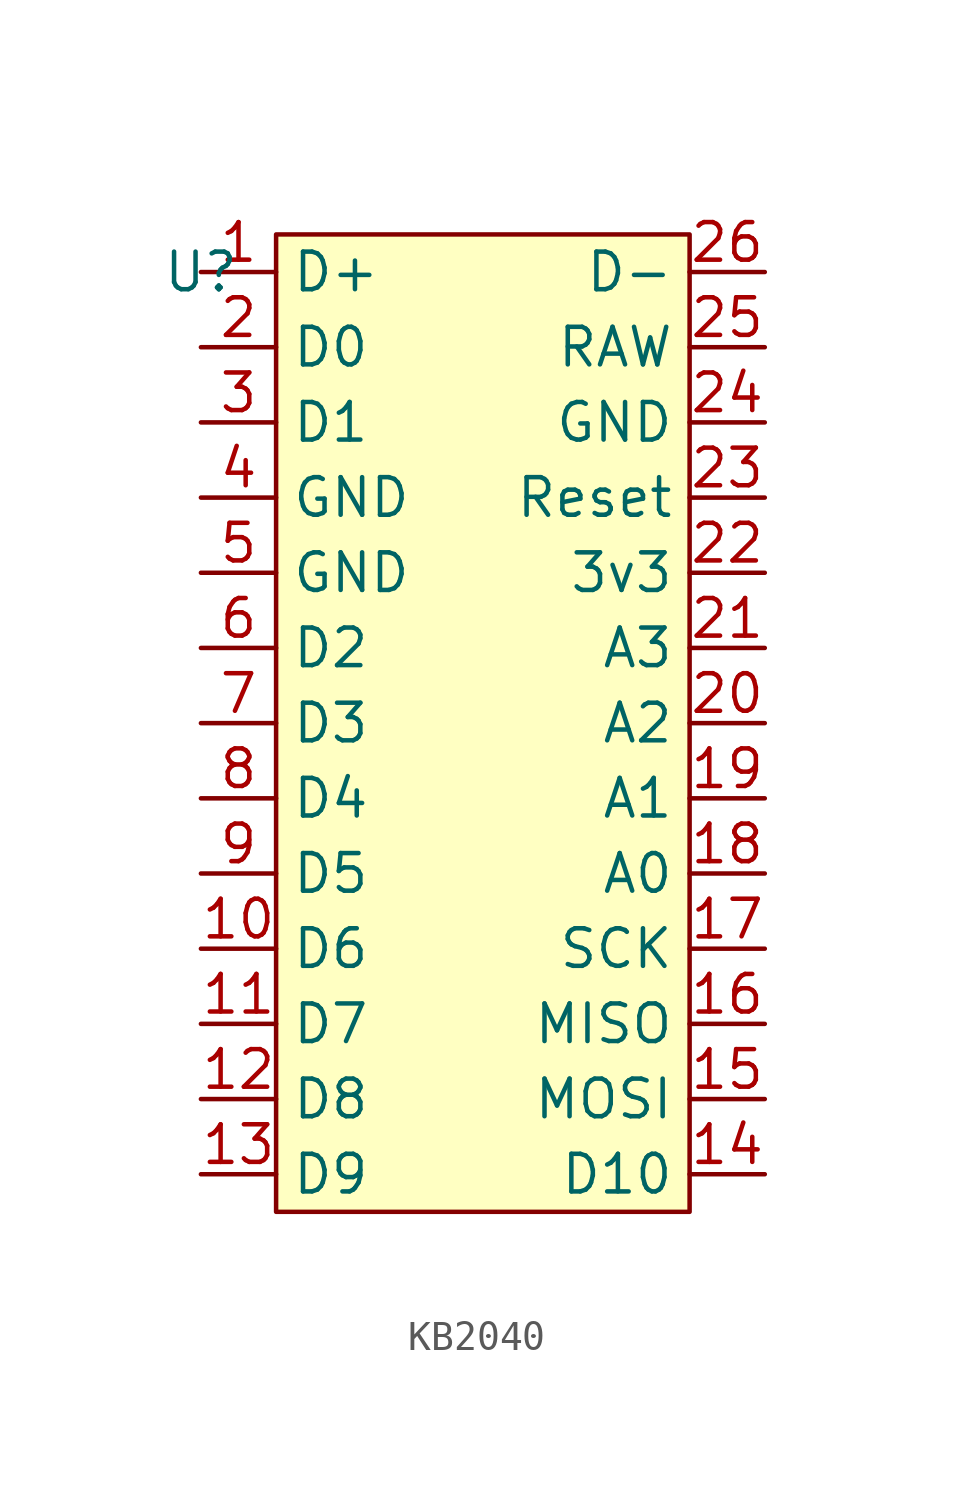
<source format=kicad_sym>
(kicad_symbol_lib
  (version 20231120)
  (generator "kicad_symbol_editor")
  (generator_version "8.0")
  (symbol "KB2040"
    (property "Reference" "U"
      (at 0 0 0)
      (effects (font (size 1.27 1.27))))
    (property "Value" ""
      (at 0 0 0)
      (effects (font (size 1.27 1.27))))
    (symbol "KB2040_0_0"
      (pin unspecified line (at 0 0 0) (length 2.54) (name "D+" (effects (font (size 1.27 1.27)))) (number "1" (effects (font (size 1.27 1.27)))))
      (pin unspecified line (at 0 -22.86 0) (length 2.54) (name "D6" (effects (font (size 1.27 1.27)))) (number "10" (effects (font (size 1.27 1.27)))))
      (pin unspecified line (at 0 -25.4 0) (length 2.54) (name "D7" (effects (font (size 1.27 1.27)))) (number "11" (effects (font (size 1.27 1.27)))))
      (pin unspecified line (at 0 -27.94 0) (length 2.54) (name "D8" (effects (font (size 1.27 1.27)))) (number "12" (effects (font (size 1.27 1.27)))))
      (pin unspecified line (at 0 -30.48 0) (length 2.54) (name "D9" (effects (font (size 1.27 1.27)))) (number "13" (effects (font (size 1.27 1.27)))))
      (pin unspecified line (at 19.05 -30.48 180) (length 2.54) (name "D10" (effects (font (size 1.27 1.27)))) (number "14" (effects (font (size 1.27 1.27)))))
      (pin unspecified line (at 19.05 -27.94 180) (length 2.54) (name "MOSI" (effects (font (size 1.27 1.27)))) (number "15" (effects (font (size 1.27 1.27)))))
      (pin unspecified line (at 19.05 -25.4 180) (length 2.54) (name "MISO" (effects (font (size 1.27 1.27)))) (number "16" (effects (font (size 1.27 1.27)))))
      (pin unspecified line (at 19.05 -22.86 180) (length 2.54) (name "SCK" (effects (font (size 1.27 1.27)))) (number "17" (effects (font (size 1.27 1.27)))))
      (pin unspecified line (at 19.05 -20.32 180) (length 2.54) (name "A0" (effects (font (size 1.27 1.27)))) (number "18" (effects (font (size 1.27 1.27)))))
      (pin unspecified line (at 19.05 -17.78 180) (length 2.54) (name "A1" (effects (font (size 1.27 1.27)))) (number "19" (effects (font (size 1.27 1.27)))))
      (pin unspecified line (at 0 -2.54 0) (length 2.54) (name "D0" (effects (font (size 1.27 1.27)))) (number "2" (effects (font (size 1.27 1.27)))))
      (pin unspecified line (at 19.05 -15.24 180) (length 2.54) (name "A2" (effects (font (size 1.27 1.27)))) (number "20" (effects (font (size 1.27 1.27)))))
      (pin unspecified line (at 19.05 -12.7 180) (length 2.54) (name "A3" (effects (font (size 1.27 1.27)))) (number "21" (effects (font (size 1.27 1.27)))))
      (pin unspecified line (at 19.05 -10.16 180) (length 2.54) (name "3v3" (effects (font (size 1.27 1.27)))) (number "22" (effects (font (size 1.27 1.27)))))
      (pin unspecified line (at 19.05 -7.62 180) (length 2.54) (name "Reset" (effects (font (size 1.27 1.27)))) (number "23" (effects (font (size 1.27 1.27)))))
      (pin unspecified line (at 19.05 -5.08 180) (length 2.54) (name "GND" (effects (font (size 1.27 1.27)))) (number "24" (effects (font (size 1.27 1.27)))))
      (pin unspecified line (at 19.05 -2.54 180) (length 2.54) (name "RAW" (effects (font (size 1.27 1.27)))) (number "25" (effects (font (size 1.27 1.27)))))
      (pin unspecified line (at 19.05 0 180) (length 2.54) (name "D-" (effects (font (size 1.27 1.27)))) (number "26" (effects (font (size 1.27 1.27)))))
      (pin unspecified line (at 0 -5.08 0) (length 2.54) (name "D1" (effects (font (size 1.27 1.27)))) (number "3" (effects (font (size 1.27 1.27)))))
      (pin unspecified line (at 0 -7.62 0) (length 2.54) (name "GND" (effects (font (size 1.27 1.27)))) (number "4" (effects (font (size 1.27 1.27)))))
      (pin unspecified line (at 0 -10.16 0) (length 2.54) (name "GND" (effects (font (size 1.27 1.27)))) (number "5" (effects (font (size 1.27 1.27)))))
      (pin unspecified line (at 0 -12.7 0) (length 2.54) (name "D2" (effects (font (size 1.27 1.27)))) (number "6" (effects (font (size 1.27 1.27)))))
      (pin unspecified line (at 0 -15.24 0) (length 2.54) (name "D3" (effects (font (size 1.27 1.27)))) (number "7" (effects (font (size 1.27 1.27)))))
      (pin unspecified line (at 0 -17.78 0) (length 2.54) (name "D4" (effects (font (size 1.27 1.27)))) (number "8" (effects (font (size 1.27 1.27)))))
      (pin unspecified line (at 0 -20.32 0) (length 2.54) (name "D5" (effects (font (size 1.27 1.27)))) (number "9" (effects (font (size 1.27 1.27))))))
    (symbol "KB2040_1_1"
      (rectangle (start 2.54 1.27) (end 16.51 -31.75) (stroke (width 0) (type default)) (fill (type background))))))
</source>
